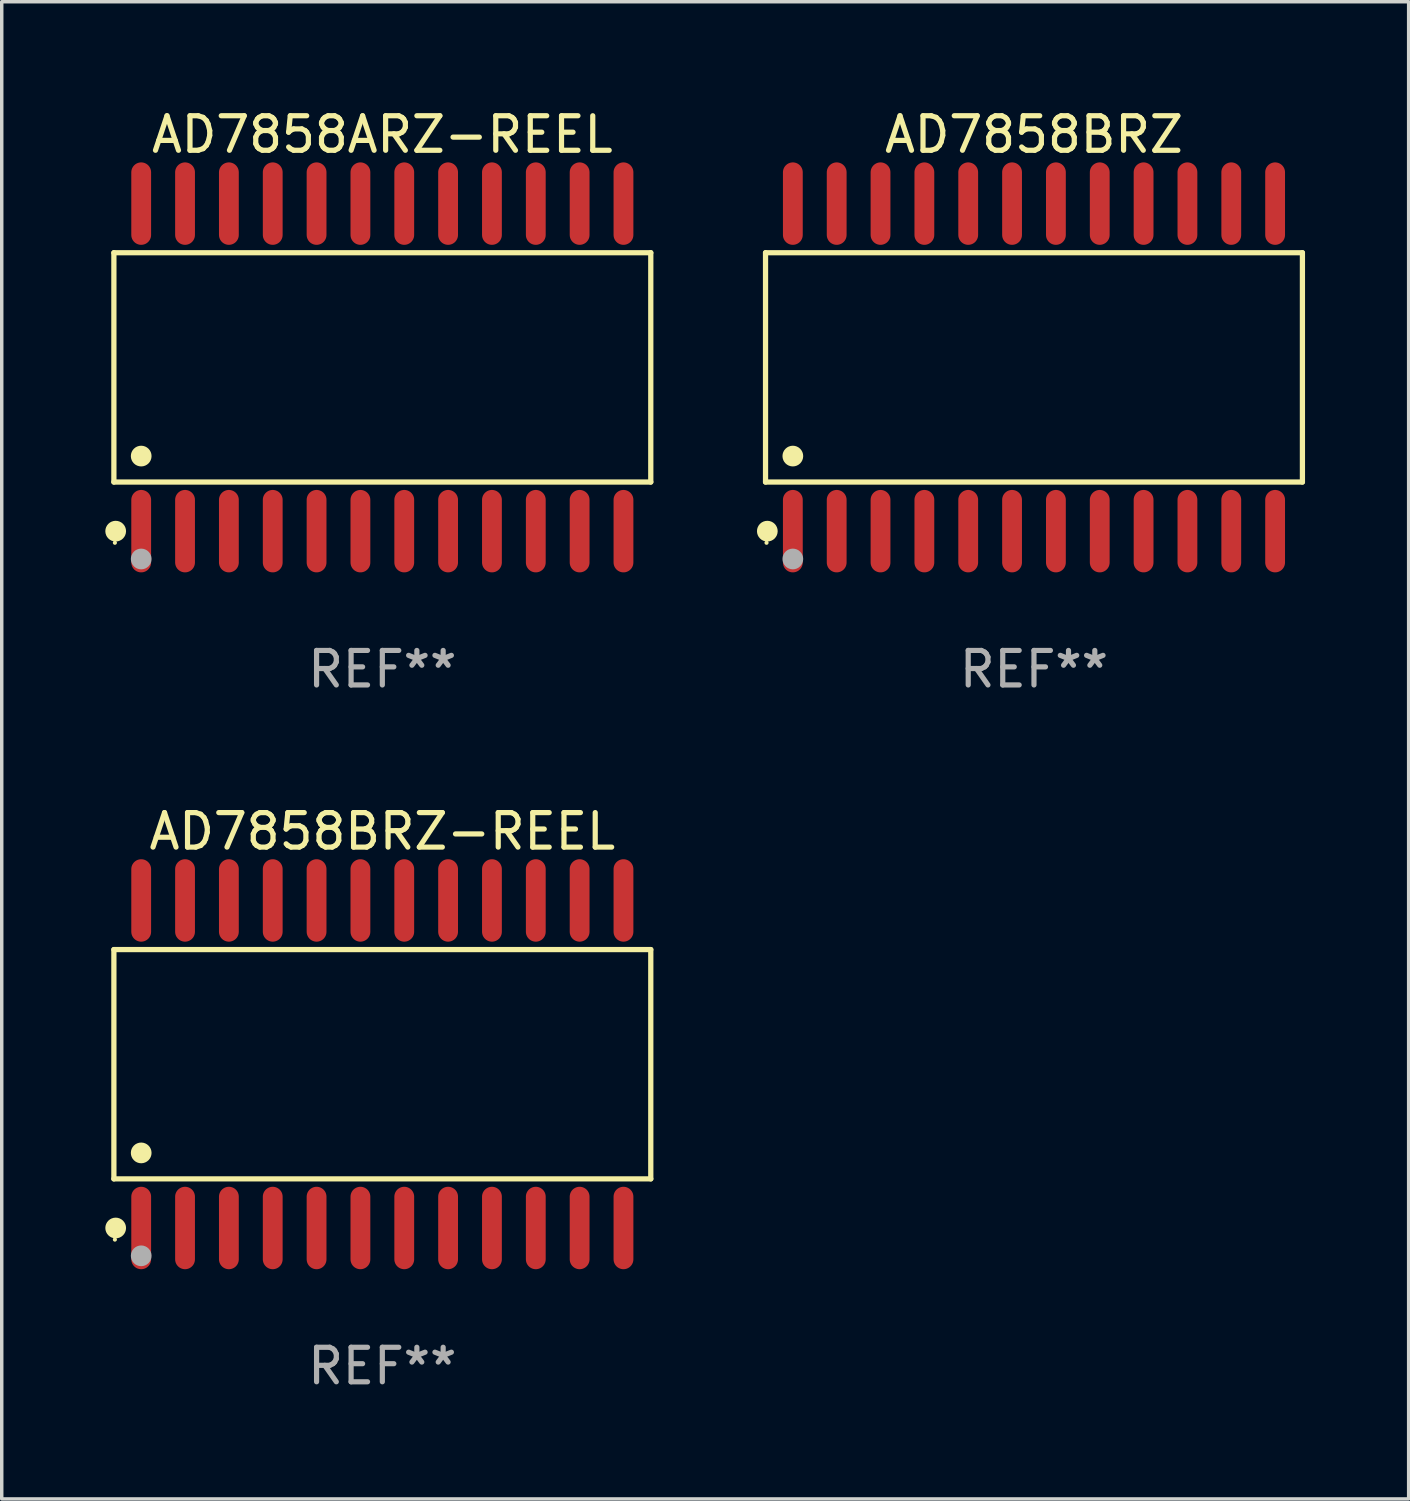
<source format=kicad_pcb>
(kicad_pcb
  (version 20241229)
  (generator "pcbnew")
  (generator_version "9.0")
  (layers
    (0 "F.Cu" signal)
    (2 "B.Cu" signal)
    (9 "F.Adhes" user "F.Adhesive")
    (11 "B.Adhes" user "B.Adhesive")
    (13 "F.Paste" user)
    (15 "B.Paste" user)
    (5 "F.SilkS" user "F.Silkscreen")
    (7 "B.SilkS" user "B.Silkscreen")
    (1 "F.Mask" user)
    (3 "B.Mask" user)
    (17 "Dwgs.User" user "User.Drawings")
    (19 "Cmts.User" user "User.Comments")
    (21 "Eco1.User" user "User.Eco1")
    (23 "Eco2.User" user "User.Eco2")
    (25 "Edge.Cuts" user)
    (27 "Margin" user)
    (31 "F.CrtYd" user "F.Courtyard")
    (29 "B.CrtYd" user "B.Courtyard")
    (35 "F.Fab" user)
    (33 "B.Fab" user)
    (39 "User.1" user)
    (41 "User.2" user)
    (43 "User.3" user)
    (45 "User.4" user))
  (footprint "AD7858BRZ"
    (layer "F.Cu")
    (at 26.901 7.592)
    (property "Reference" "AD7858BRZ" (at 0 -6.744 0) (layer "F.SilkS") (effects (font (size 1 1) (thickness 0.15))))
    (attr through_hole)
    (fp_line (start -7.776 -3.321) (end 7.776 -3.321) (stroke (width 0.152) (type solid)) (layer "F.SilkS"))
    (fp_line (start -7.776 3.321) (end -7.776 -3.321) (stroke (width 0.152) (type solid)) (layer "F.SilkS"))
    (fp_line (start 7.776 -3.321) (end 7.776 3.321) (stroke (width 0.152) (type solid)) (layer "F.SilkS"))
    (fp_line (start 7.776 3.321) (end -7.776 3.321) (stroke (width 0.152) (type solid)) (layer "F.SilkS"))
    (fp_circle (center -7.747 5.08) (end -7.717 5.08) (stroke (width 0.06) (type solid)) (fill no) (layer "F.SilkS"))
    (fp_circle (center -7.724 4.744) (end -7.574 4.744) (stroke (width 0.3) (type solid)) (fill no) (layer "F.SilkS"))
    (fp_circle (center -6.985 2.569) (end -6.835 2.569) (stroke (width 0.3) (type solid)) (fill no) (layer "F.SilkS"))
    (fp_circle (center -6.985 5.55) (end -6.835 5.55) (stroke (width 0.3) (type solid)) (fill no) (layer "F.Fab"))
    (fp_text user "REF**" (at 0 8.744 0) (layer "F.Fab") (effects (font (size 1 1) (thickness 0.15))))
    (pad "1" smd oval (at -6.985 4.744) (size 0.574 2.388) (layers "F.Cu" "F.Mask" "F.Paste"))
    (pad "2" smd oval (at -5.715 4.744) (size 0.574 2.388) (layers "F.Cu" "F.Mask" "F.Paste"))
    (pad "3" smd oval (at -4.445 4.744) (size 0.574 2.388) (layers "F.Cu" "F.Mask" "F.Paste"))
    (pad "4" smd oval (at -3.175 4.744) (size 0.574 2.388) (layers "F.Cu" "F.Mask" "F.Paste"))
    (pad "5" smd oval (at -1.905 4.744) (size 0.574 2.388) (layers "F.Cu" "F.Mask" "F.Paste"))
    (pad "6" smd oval (at -0.635 4.744) (size 0.574 2.388) (layers "F.Cu" "F.Mask" "F.Paste"))
    (pad "7" smd oval (at 0.635 4.744) (size 0.574 2.388) (layers "F.Cu" "F.Mask" "F.Paste"))
    (pad "8" smd oval (at 1.905 4.744) (size 0.574 2.388) (layers "F.Cu" "F.Mask" "F.Paste"))
    (pad "9" smd oval (at 3.175 4.744) (size 0.574 2.388) (layers "F.Cu" "F.Mask" "F.Paste"))
    (pad "10" smd oval (at 4.445 4.744) (size 0.574 2.388) (layers "F.Cu" "F.Mask" "F.Paste"))
    (pad "11" smd oval (at 5.715 4.744) (size 0.574 2.388) (layers "F.Cu" "F.Mask" "F.Paste"))
    (pad "12" smd oval (at 6.985 4.744) (size 0.574 2.388) (layers "F.Cu" "F.Mask" "F.Paste"))
    (pad "13" smd oval (at 6.985 -4.744) (size 0.574 2.388) (layers "F.Cu" "F.Mask" "F.Paste"))
    (pad "14" smd oval (at 5.715 -4.744) (size 0.574 2.388) (layers "F.Cu" "F.Mask" "F.Paste"))
    (pad "15" smd oval (at 4.445 -4.744) (size 0.574 2.388) (layers "F.Cu" "F.Mask" "F.Paste"))
    (pad "16" smd oval (at 3.175 -4.744) (size 0.574 2.388) (layers "F.Cu" "F.Mask" "F.Paste"))
    (pad "17" smd oval (at 1.905 -4.744) (size 0.574 2.388) (layers "F.Cu" "F.Mask" "F.Paste"))
    (pad "18" smd oval (at 0.635 -4.744) (size 0.574 2.388) (layers "F.Cu" "F.Mask" "F.Paste"))
    (pad "19" smd oval (at -0.635 -4.744) (size 0.574 2.388) (layers "F.Cu" "F.Mask" "F.Paste"))
    (pad "20" smd oval (at -1.905 -4.744) (size 0.574 2.388) (layers "F.Cu" "F.Mask" "F.Paste"))
    (pad "21" smd oval (at -3.175 -4.744) (size 0.574 2.388) (layers "F.Cu" "F.Mask" "F.Paste"))
    (pad "22" smd oval (at -4.445 -4.744) (size 0.574 2.388) (layers "F.Cu" "F.Mask" "F.Paste"))
    (pad "23" smd oval (at -5.715 -4.744) (size 0.574 2.388) (layers "F.Cu" "F.Mask" "F.Paste"))
    (pad "24" smd oval (at -6.985 -4.744) (size 0.574 2.388) (layers "F.Cu" "F.Mask" "F.Paste")))
  (footprint "AD7858BRZ-REEL"
    (layer "F.Cu")
    (at 8.025 27.777)
    (property "Reference" "AD7858BRZ-REEL" (at 0 -6.744 0) (layer "F.SilkS") (effects (font (size 1 1) (thickness 0.15))))
    (attr through_hole)
    (fp_line (start -7.776 -3.321) (end 7.776 -3.321) (stroke (width 0.152) (type solid)) (layer "F.SilkS"))
    (fp_line (start -7.776 3.321) (end -7.776 -3.321) (stroke (width 0.152) (type solid)) (layer "F.SilkS"))
    (fp_line (start 7.776 -3.321) (end 7.776 3.321) (stroke (width 0.152) (type solid)) (layer "F.SilkS"))
    (fp_line (start 7.776 3.321) (end -7.776 3.321) (stroke (width 0.152) (type solid)) (layer "F.SilkS"))
    (fp_circle (center -7.747 5.08) (end -7.717 5.08) (stroke (width 0.06) (type solid)) (fill no) (layer "F.SilkS"))
    (fp_circle (center -7.724 4.744) (end -7.574 4.744) (stroke (width 0.3) (type solid)) (fill no) (layer "F.SilkS"))
    (fp_circle (center -6.985 2.569) (end -6.835 2.569) (stroke (width 0.3) (type solid)) (fill no) (layer "F.SilkS"))
    (fp_circle (center -6.985 5.55) (end -6.835 5.55) (stroke (width 0.3) (type solid)) (fill no) (layer "F.Fab"))
    (fp_text user "REF**" (at 0 8.744 0) (layer "F.Fab") (effects (font (size 1 1) (thickness 0.15))))
    (pad "1" smd oval (at -6.985 4.744) (size 0.574 2.388) (layers "F.Cu" "F.Mask" "F.Paste"))
    (pad "2" smd oval (at -5.715 4.744) (size 0.574 2.388) (layers "F.Cu" "F.Mask" "F.Paste"))
    (pad "3" smd oval (at -4.445 4.744) (size 0.574 2.388) (layers "F.Cu" "F.Mask" "F.Paste"))
    (pad "4" smd oval (at -3.175 4.744) (size 0.574 2.388) (layers "F.Cu" "F.Mask" "F.Paste"))
    (pad "5" smd oval (at -1.905 4.744) (size 0.574 2.388) (layers "F.Cu" "F.Mask" "F.Paste"))
    (pad "6" smd oval (at -0.635 4.744) (size 0.574 2.388) (layers "F.Cu" "F.Mask" "F.Paste"))
    (pad "7" smd oval (at 0.635 4.744) (size 0.574 2.388) (layers "F.Cu" "F.Mask" "F.Paste"))
    (pad "8" smd oval (at 1.905 4.744) (size 0.574 2.388) (layers "F.Cu" "F.Mask" "F.Paste"))
    (pad "9" smd oval (at 3.175 4.744) (size 0.574 2.388) (layers "F.Cu" "F.Mask" "F.Paste"))
    (pad "10" smd oval (at 4.445 4.744) (size 0.574 2.388) (layers "F.Cu" "F.Mask" "F.Paste"))
    (pad "11" smd oval (at 5.715 4.744) (size 0.574 2.388) (layers "F.Cu" "F.Mask" "F.Paste"))
    (pad "12" smd oval (at 6.985 4.744) (size 0.574 2.388) (layers "F.Cu" "F.Mask" "F.Paste"))
    (pad "13" smd oval (at 6.985 -4.744) (size 0.574 2.388) (layers "F.Cu" "F.Mask" "F.Paste"))
    (pad "14" smd oval (at 5.715 -4.744) (size 0.574 2.388) (layers "F.Cu" "F.Mask" "F.Paste"))
    (pad "15" smd oval (at 4.445 -4.744) (size 0.574 2.388) (layers "F.Cu" "F.Mask" "F.Paste"))
    (pad "16" smd oval (at 3.175 -4.744) (size 0.574 2.388) (layers "F.Cu" "F.Mask" "F.Paste"))
    (pad "17" smd oval (at 1.905 -4.744) (size 0.574 2.388) (layers "F.Cu" "F.Mask" "F.Paste"))
    (pad "18" smd oval (at 0.635 -4.744) (size 0.574 2.388) (layers "F.Cu" "F.Mask" "F.Paste"))
    (pad "19" smd oval (at -0.635 -4.744) (size 0.574 2.388) (layers "F.Cu" "F.Mask" "F.Paste"))
    (pad "20" smd oval (at -1.905 -4.744) (size 0.574 2.388) (layers "F.Cu" "F.Mask" "F.Paste"))
    (pad "21" smd oval (at -3.175 -4.744) (size 0.574 2.388) (layers "F.Cu" "F.Mask" "F.Paste"))
    (pad "22" smd oval (at -4.445 -4.744) (size 0.574 2.388) (layers "F.Cu" "F.Mask" "F.Paste"))
    (pad "23" smd oval (at -5.715 -4.744) (size 0.574 2.388) (layers "F.Cu" "F.Mask" "F.Paste"))
    (pad "24" smd oval (at -6.985 -4.744) (size 0.574 2.388) (layers "F.Cu" "F.Mask" "F.Paste")))
  (footprint "AD7858ARZ-REEL"
    (layer "F.Cu")
    (at 8.025 7.592)
    (property "Reference" "AD7858ARZ-REEL" (at 0 -6.744 0) (layer "F.SilkS") (effects (font (size 1 1) (thickness 0.15))))
    (attr through_hole)
    (fp_line (start -7.776 -3.321) (end 7.776 -3.321) (stroke (width 0.152) (type solid)) (layer "F.SilkS"))
    (fp_line (start -7.776 3.321) (end -7.776 -3.321) (stroke (width 0.152) (type solid)) (layer "F.SilkS"))
    (fp_line (start 7.776 -3.321) (end 7.776 3.321) (stroke (width 0.152) (type solid)) (layer "F.SilkS"))
    (fp_line (start 7.776 3.321) (end -7.776 3.321) (stroke (width 0.152) (type solid)) (layer "F.SilkS"))
    (fp_circle (center -7.747 5.08) (end -7.717 5.08) (stroke (width 0.06) (type solid)) (fill no) (layer "F.SilkS"))
    (fp_circle (center -7.724 4.744) (end -7.574 4.744) (stroke (width 0.3) (type solid)) (fill no) (layer "F.SilkS"))
    (fp_circle (center -6.985 2.569) (end -6.835 2.569) (stroke (width 0.3) (type solid)) (fill no) (layer "F.SilkS"))
    (fp_circle (center -6.985 5.55) (end -6.835 5.55) (stroke (width 0.3) (type solid)) (fill no) (layer "F.Fab"))
    (fp_text user "REF**" (at 0 8.744 0) (layer "F.Fab") (effects (font (size 1 1) (thickness 0.15))))
    (pad "1" smd oval (at -6.985 4.744) (size 0.574 2.388) (layers "F.Cu" "F.Mask" "F.Paste"))
    (pad "2" smd oval (at -5.715 4.744) (size 0.574 2.388) (layers "F.Cu" "F.Mask" "F.Paste"))
    (pad "3" smd oval (at -4.445 4.744) (size 0.574 2.388) (layers "F.Cu" "F.Mask" "F.Paste"))
    (pad "4" smd oval (at -3.175 4.744) (size 0.574 2.388) (layers "F.Cu" "F.Mask" "F.Paste"))
    (pad "5" smd oval (at -1.905 4.744) (size 0.574 2.388) (layers "F.Cu" "F.Mask" "F.Paste"))
    (pad "6" smd oval (at -0.635 4.744) (size 0.574 2.388) (layers "F.Cu" "F.Mask" "F.Paste"))
    (pad "7" smd oval (at 0.635 4.744) (size 0.574 2.388) (layers "F.Cu" "F.Mask" "F.Paste"))
    (pad "8" smd oval (at 1.905 4.744) (size 0.574 2.388) (layers "F.Cu" "F.Mask" "F.Paste"))
    (pad "9" smd oval (at 3.175 4.744) (size 0.574 2.388) (layers "F.Cu" "F.Mask" "F.Paste"))
    (pad "10" smd oval (at 4.445 4.744) (size 0.574 2.388) (layers "F.Cu" "F.Mask" "F.Paste"))
    (pad "11" smd oval (at 5.715 4.744) (size 0.574 2.388) (layers "F.Cu" "F.Mask" "F.Paste"))
    (pad "12" smd oval (at 6.985 4.744) (size 0.574 2.388) (layers "F.Cu" "F.Mask" "F.Paste"))
    (pad "13" smd oval (at 6.985 -4.744) (size 0.574 2.388) (layers "F.Cu" "F.Mask" "F.Paste"))
    (pad "14" smd oval (at 5.715 -4.744) (size 0.574 2.388) (layers "F.Cu" "F.Mask" "F.Paste"))
    (pad "15" smd oval (at 4.445 -4.744) (size 0.574 2.388) (layers "F.Cu" "F.Mask" "F.Paste"))
    (pad "16" smd oval (at 3.175 -4.744) (size 0.574 2.388) (layers "F.Cu" "F.Mask" "F.Paste"))
    (pad "17" smd oval (at 1.905 -4.744) (size 0.574 2.388) (layers "F.Cu" "F.Mask" "F.Paste"))
    (pad "18" smd oval (at 0.635 -4.744) (size 0.574 2.388) (layers "F.Cu" "F.Mask" "F.Paste"))
    (pad "19" smd oval (at -0.635 -4.744) (size 0.574 2.388) (layers "F.Cu" "F.Mask" "F.Paste"))
    (pad "20" smd oval (at -1.905 -4.744) (size 0.574 2.388) (layers "F.Cu" "F.Mask" "F.Paste"))
    (pad "21" smd oval (at -3.175 -4.744) (size 0.574 2.388) (layers "F.Cu" "F.Mask" "F.Paste"))
    (pad "22" smd oval (at -4.445 -4.744) (size 0.574 2.388) (layers "F.Cu" "F.Mask" "F.Paste"))
    (pad "23" smd oval (at -5.715 -4.744) (size 0.574 2.388) (layers "F.Cu" "F.Mask" "F.Paste"))
    (pad "24" smd oval (at -6.985 -4.744) (size 0.574 2.388) (layers "F.Cu" "F.Mask" "F.Paste")))
  (gr_rect
    (start -3 -3)
    (end 37.754 40.369)
    (stroke (width 0.1) (type default))
    (fill no)
    (layer "Edge.Cuts")))
</source>
